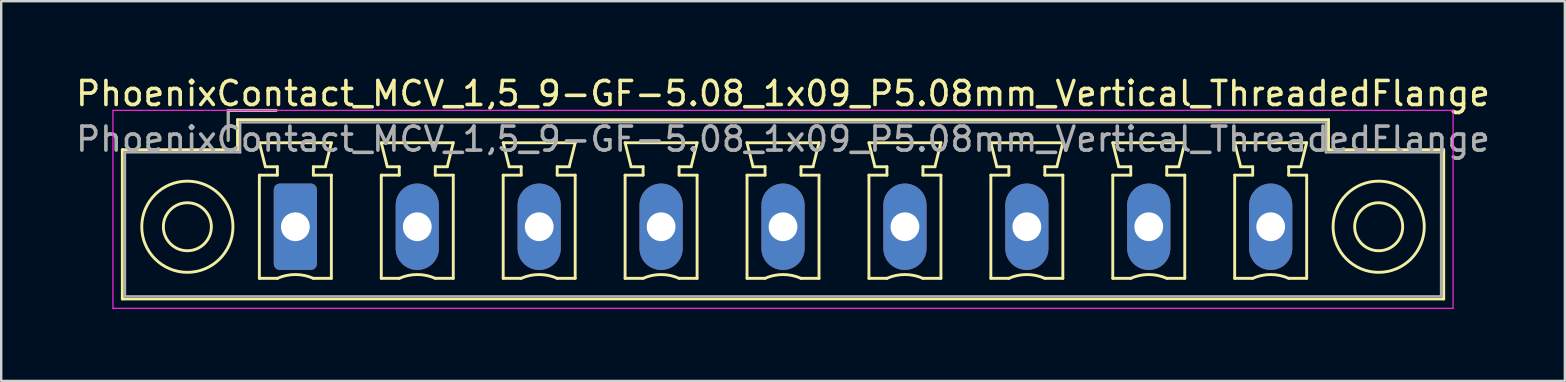
<source format=kicad_pcb>
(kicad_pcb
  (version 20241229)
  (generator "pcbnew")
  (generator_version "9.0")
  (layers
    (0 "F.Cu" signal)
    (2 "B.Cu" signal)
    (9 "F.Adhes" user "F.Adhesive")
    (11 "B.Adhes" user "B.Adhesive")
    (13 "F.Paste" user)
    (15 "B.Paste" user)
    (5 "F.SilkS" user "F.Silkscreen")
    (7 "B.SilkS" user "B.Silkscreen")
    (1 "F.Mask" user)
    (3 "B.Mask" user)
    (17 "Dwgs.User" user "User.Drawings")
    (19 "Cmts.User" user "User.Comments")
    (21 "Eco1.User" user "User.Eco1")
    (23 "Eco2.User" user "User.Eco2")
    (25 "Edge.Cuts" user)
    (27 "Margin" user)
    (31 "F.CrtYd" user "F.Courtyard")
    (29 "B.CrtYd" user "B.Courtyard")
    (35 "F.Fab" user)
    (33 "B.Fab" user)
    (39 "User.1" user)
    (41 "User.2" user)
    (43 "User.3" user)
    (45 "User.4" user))
  (footprint "PhoenixContact_MCV_1,5_9-GF-5.08_1x09_P5.08mm_Vertical_ThreadedFlange"
    (layer "F.Cu")
    (at 9.257 6.398)
    (property "Reference" "PhoenixContact_MCV_1,5_9-GF-5.08_1x09_P5.08mm_Vertical_ThreadedFlange" (at 20.32 -5.55 0) (layer "F.SilkS") (effects (font (size 1 1) (thickness 0.15))))
    (attr through_hole)
    (fp_line (start -7.21 -3.21) (end -7.21 3.01) (stroke (width 0.12) (type solid)) (layer "F.SilkS"))
    (fp_line (start -7.21 3.01) (end 47.85 3.01) (stroke (width 0.12) (type solid)) (layer "F.SilkS"))
    (fp_line (start -2.8 -4.85) (end -0.8 -4.85) (stroke (width 0.12) (type solid)) (layer "F.SilkS"))
    (fp_line (start -2.8 -3.6) (end -2.8 -4.85) (stroke (width 0.12) (type solid)) (layer "F.SilkS"))
    (fp_line (start -2.41 -4.46) (end -2.41 -3.21) (stroke (width 0.12) (type solid)) (layer "F.SilkS"))
    (fp_line (start -2.41 -3.21) (end -7.21 -3.21) (stroke (width 0.12) (type solid)) (layer "F.SilkS"))
    (fp_line (start -1.5 -3.5) (end 1.5 -3.5) (stroke (width 0.12) (type solid)) (layer "F.SilkS"))
    (fp_line (start -1.5 -2.15) (end -0.75 -2.15) (stroke (width 0.12) (type solid)) (layer "F.SilkS"))
    (fp_line (start -1.5 2.15) (end -1.5 -2.15) (stroke (width 0.12) (type solid)) (layer "F.SilkS"))
    (fp_line (start -1.25 -2.5) (end -1.5 -3.5) (stroke (width 0.12) (type solid)) (layer "F.SilkS"))
    (fp_line (start -0.75 -2.5) (end -1.25 -2.5) (stroke (width 0.12) (type solid)) (layer "F.SilkS"))
    (fp_line (start -0.75 -2.15) (end -0.75 -2.5) (stroke (width 0.12) (type solid)) (layer "F.SilkS"))
    (fp_line (start -0.75 2.15) (end -1.5 2.15) (stroke (width 0.12) (type solid)) (layer "F.SilkS"))
    (fp_line (start 0.75 -2.5) (end 0.75 -2.15) (stroke (width 0.12) (type solid)) (layer "F.SilkS"))
    (fp_line (start 0.75 -2.15) (end 1.5 -2.15) (stroke (width 0.12) (type solid)) (layer "F.SilkS"))
    (fp_line (start 1.25 -2.5) (end 0.75 -2.5) (stroke (width 0.12) (type solid)) (layer "F.SilkS"))
    (fp_line (start 1.5 -3.5) (end 1.25 -2.5) (stroke (width 0.12) (type solid)) (layer "F.SilkS"))
    (fp_line (start 1.5 -2.15) (end 1.5 2.15) (stroke (width 0.12) (type solid)) (layer "F.SilkS"))
    (fp_line (start 1.5 2.15) (end 0.75 2.15) (stroke (width 0.12) (type solid)) (layer "F.SilkS"))
    (fp_line (start 3.58 -3.5) (end 6.58 -3.5) (stroke (width 0.12) (type solid)) (layer "F.SilkS"))
    (fp_line (start 3.58 -2.15) (end 4.33 -2.15) (stroke (width 0.12) (type solid)) (layer "F.SilkS"))
    (fp_line (start 3.58 2.15) (end 3.58 -2.15) (stroke (width 0.12) (type solid)) (layer "F.SilkS"))
    (fp_line (start 3.83 -2.5) (end 3.58 -3.5) (stroke (width 0.12) (type solid)) (layer "F.SilkS"))
    (fp_line (start 4.33 -2.5) (end 3.83 -2.5) (stroke (width 0.12) (type solid)) (layer "F.SilkS"))
    (fp_line (start 4.33 -2.15) (end 4.33 -2.5) (stroke (width 0.12) (type solid)) (layer "F.SilkS"))
    (fp_line (start 4.33 2.15) (end 3.58 2.15) (stroke (width 0.12) (type solid)) (layer "F.SilkS"))
    (fp_line (start 5.83 -2.5) (end 5.83 -2.15) (stroke (width 0.12) (type solid)) (layer "F.SilkS"))
    (fp_line (start 5.83 -2.15) (end 6.58 -2.15) (stroke (width 0.12) (type solid)) (layer "F.SilkS"))
    (fp_line (start 6.33 -2.5) (end 5.83 -2.5) (stroke (width 0.12) (type solid)) (layer "F.SilkS"))
    (fp_line (start 6.58 -3.5) (end 6.33 -2.5) (stroke (width 0.12) (type solid)) (layer "F.SilkS"))
    (fp_line (start 6.58 -2.15) (end 6.58 2.15) (stroke (width 0.12) (type solid)) (layer "F.SilkS"))
    (fp_line (start 6.58 2.15) (end 5.83 2.15) (stroke (width 0.12) (type solid)) (layer "F.SilkS"))
    (fp_line (start 8.66 -3.5) (end 11.66 -3.5) (stroke (width 0.12) (type solid)) (layer "F.SilkS"))
    (fp_line (start 8.66 -2.15) (end 9.41 -2.15) (stroke (width 0.12) (type solid)) (layer "F.SilkS"))
    (fp_line (start 8.66 2.15) (end 8.66 -2.15) (stroke (width 0.12) (type solid)) (layer "F.SilkS"))
    (fp_line (start 8.91 -2.5) (end 8.66 -3.5) (stroke (width 0.12) (type solid)) (layer "F.SilkS"))
    (fp_line (start 9.41 -2.5) (end 8.91 -2.5) (stroke (width 0.12) (type solid)) (layer "F.SilkS"))
    (fp_line (start 9.41 -2.15) (end 9.41 -2.5) (stroke (width 0.12) (type solid)) (layer "F.SilkS"))
    (fp_line (start 9.41 2.15) (end 8.66 2.15) (stroke (width 0.12) (type solid)) (layer "F.SilkS"))
    (fp_line (start 10.91 -2.5) (end 10.91 -2.15) (stroke (width 0.12) (type solid)) (layer "F.SilkS"))
    (fp_line (start 10.91 -2.15) (end 11.66 -2.15) (stroke (width 0.12) (type solid)) (layer "F.SilkS"))
    (fp_line (start 11.41 -2.5) (end 10.91 -2.5) (stroke (width 0.12) (type solid)) (layer "F.SilkS"))
    (fp_line (start 11.66 -3.5) (end 11.41 -2.5) (stroke (width 0.12) (type solid)) (layer "F.SilkS"))
    (fp_line (start 11.66 -2.15) (end 11.66 2.15) (stroke (width 0.12) (type solid)) (layer "F.SilkS"))
    (fp_line (start 11.66 2.15) (end 10.91 2.15) (stroke (width 0.12) (type solid)) (layer "F.SilkS"))
    (fp_line (start 13.74 -3.5) (end 16.74 -3.5) (stroke (width 0.12) (type solid)) (layer "F.SilkS"))
    (fp_line (start 13.74 -2.15) (end 14.49 -2.15) (stroke (width 0.12) (type solid)) (layer "F.SilkS"))
    (fp_line (start 13.74 2.15) (end 13.74 -2.15) (stroke (width 0.12) (type solid)) (layer "F.SilkS"))
    (fp_line (start 13.99 -2.5) (end 13.74 -3.5) (stroke (width 0.12) (type solid)) (layer "F.SilkS"))
    (fp_line (start 14.49 -2.5) (end 13.99 -2.5) (stroke (width 0.12) (type solid)) (layer "F.SilkS"))
    (fp_line (start 14.49 -2.15) (end 14.49 -2.5) (stroke (width 0.12) (type solid)) (layer "F.SilkS"))
    (fp_line (start 14.49 2.15) (end 13.74 2.15) (stroke (width 0.12) (type solid)) (layer "F.SilkS"))
    (fp_line (start 15.99 -2.5) (end 15.99 -2.15) (stroke (width 0.12) (type solid)) (layer "F.SilkS"))
    (fp_line (start 15.99 -2.15) (end 16.74 -2.15) (stroke (width 0.12) (type solid)) (layer "F.SilkS"))
    (fp_line (start 16.49 -2.5) (end 15.99 -2.5) (stroke (width 0.12) (type solid)) (layer "F.SilkS"))
    (fp_line (start 16.74 -3.5) (end 16.49 -2.5) (stroke (width 0.12) (type solid)) (layer "F.SilkS"))
    (fp_line (start 16.74 -2.15) (end 16.74 2.15) (stroke (width 0.12) (type solid)) (layer "F.SilkS"))
    (fp_line (start 16.74 2.15) (end 15.99 2.15) (stroke (width 0.12) (type solid)) (layer "F.SilkS"))
    (fp_line (start 18.82 -3.5) (end 21.82 -3.5) (stroke (width 0.12) (type solid)) (layer "F.SilkS"))
    (fp_line (start 18.82 -2.15) (end 19.57 -2.15) (stroke (width 0.12) (type solid)) (layer "F.SilkS"))
    (fp_line (start 18.82 2.15) (end 18.82 -2.15) (stroke (width 0.12) (type solid)) (layer "F.SilkS"))
    (fp_line (start 19.07 -2.5) (end 18.82 -3.5) (stroke (width 0.12) (type solid)) (layer "F.SilkS"))
    (fp_line (start 19.57 -2.5) (end 19.07 -2.5) (stroke (width 0.12) (type solid)) (layer "F.SilkS"))
    (fp_line (start 19.57 -2.15) (end 19.57 -2.5) (stroke (width 0.12) (type solid)) (layer "F.SilkS"))
    (fp_line (start 19.57 2.15) (end 18.82 2.15) (stroke (width 0.12) (type solid)) (layer "F.SilkS"))
    (fp_line (start 21.07 -2.5) (end 21.07 -2.15) (stroke (width 0.12) (type solid)) (layer "F.SilkS"))
    (fp_line (start 21.07 -2.15) (end 21.82 -2.15) (stroke (width 0.12) (type solid)) (layer "F.SilkS"))
    (fp_line (start 21.57 -2.5) (end 21.07 -2.5) (stroke (width 0.12) (type solid)) (layer "F.SilkS"))
    (fp_line (start 21.82 -3.5) (end 21.57 -2.5) (stroke (width 0.12) (type solid)) (layer "F.SilkS"))
    (fp_line (start 21.82 -2.15) (end 21.82 2.15) (stroke (width 0.12) (type solid)) (layer "F.SilkS"))
    (fp_line (start 21.82 2.15) (end 21.07 2.15) (stroke (width 0.12) (type solid)) (layer "F.SilkS"))
    (fp_line (start 23.9 -3.5) (end 26.9 -3.5) (stroke (width 0.12) (type solid)) (layer "F.SilkS"))
    (fp_line (start 23.9 -2.15) (end 24.65 -2.15) (stroke (width 0.12) (type solid)) (layer "F.SilkS"))
    (fp_line (start 23.9 2.15) (end 23.9 -2.15) (stroke (width 0.12) (type solid)) (layer "F.SilkS"))
    (fp_line (start 24.15 -2.5) (end 23.9 -3.5) (stroke (width 0.12) (type solid)) (layer "F.SilkS"))
    (fp_line (start 24.65 -2.5) (end 24.15 -2.5) (stroke (width 0.12) (type solid)) (layer "F.SilkS"))
    (fp_line (start 24.65 -2.15) (end 24.65 -2.5) (stroke (width 0.12) (type solid)) (layer "F.SilkS"))
    (fp_line (start 24.65 2.15) (end 23.9 2.15) (stroke (width 0.12) (type solid)) (layer "F.SilkS"))
    (fp_line (start 26.15 -2.5) (end 26.15 -2.15) (stroke (width 0.12) (type solid)) (layer "F.SilkS"))
    (fp_line (start 26.15 -2.15) (end 26.9 -2.15) (stroke (width 0.12) (type solid)) (layer "F.SilkS"))
    (fp_line (start 26.65 -2.5) (end 26.15 -2.5) (stroke (width 0.12) (type solid)) (layer "F.SilkS"))
    (fp_line (start 26.9 -3.5) (end 26.65 -2.5) (stroke (width 0.12) (type solid)) (layer "F.SilkS"))
    (fp_line (start 26.9 -2.15) (end 26.9 2.15) (stroke (width 0.12) (type solid)) (layer "F.SilkS"))
    (fp_line (start 26.9 2.15) (end 26.15 2.15) (stroke (width 0.12) (type solid)) (layer "F.SilkS"))
    (fp_line (start 28.98 -3.5) (end 31.98 -3.5) (stroke (width 0.12) (type solid)) (layer "F.SilkS"))
    (fp_line (start 28.98 -2.15) (end 29.73 -2.15) (stroke (width 0.12) (type solid)) (layer "F.SilkS"))
    (fp_line (start 28.98 2.15) (end 28.98 -2.15) (stroke (width 0.12) (type solid)) (layer "F.SilkS"))
    (fp_line (start 29.23 -2.5) (end 28.98 -3.5) (stroke (width 0.12) (type solid)) (layer "F.SilkS"))
    (fp_line (start 29.73 -2.5) (end 29.23 -2.5) (stroke (width 0.12) (type solid)) (layer "F.SilkS"))
    (fp_line (start 29.73 -2.15) (end 29.73 -2.5) (stroke (width 0.12) (type solid)) (layer "F.SilkS"))
    (fp_line (start 29.73 2.15) (end 28.98 2.15) (stroke (width 0.12) (type solid)) (layer "F.SilkS"))
    (fp_line (start 31.23 -2.5) (end 31.23 -2.15) (stroke (width 0.12) (type solid)) (layer "F.SilkS"))
    (fp_line (start 31.23 -2.15) (end 31.98 -2.15) (stroke (width 0.12) (type solid)) (layer "F.SilkS"))
    (fp_line (start 31.73 -2.5) (end 31.23 -2.5) (stroke (width 0.12) (type solid)) (layer "F.SilkS"))
    (fp_line (start 31.98 -3.5) (end 31.73 -2.5) (stroke (width 0.12) (type solid)) (layer "F.SilkS"))
    (fp_line (start 31.98 -2.15) (end 31.98 2.15) (stroke (width 0.12) (type solid)) (layer "F.SilkS"))
    (fp_line (start 31.98 2.15) (end 31.23 2.15) (stroke (width 0.12) (type solid)) (layer "F.SilkS"))
    (fp_line (start 34.06 -3.5) (end 37.06 -3.5) (stroke (width 0.12) (type solid)) (layer "F.SilkS"))
    (fp_line (start 34.06 -2.15) (end 34.81 -2.15) (stroke (width 0.12) (type solid)) (layer "F.SilkS"))
    (fp_line (start 34.06 2.15) (end 34.06 -2.15) (stroke (width 0.12) (type solid)) (layer "F.SilkS"))
    (fp_line (start 34.31 -2.5) (end 34.06 -3.5) (stroke (width 0.12) (type solid)) (layer "F.SilkS"))
    (fp_line (start 34.81 -2.5) (end 34.31 -2.5) (stroke (width 0.12) (type solid)) (layer "F.SilkS"))
    (fp_line (start 34.81 -2.15) (end 34.81 -2.5) (stroke (width 0.12) (type solid)) (layer "F.SilkS"))
    (fp_line (start 34.81 2.15) (end 34.06 2.15) (stroke (width 0.12) (type solid)) (layer "F.SilkS"))
    (fp_line (start 36.31 -2.5) (end 36.31 -2.15) (stroke (width 0.12) (type solid)) (layer "F.SilkS"))
    (fp_line (start 36.31 -2.15) (end 37.06 -2.15) (stroke (width 0.12) (type solid)) (layer "F.SilkS"))
    (fp_line (start 36.81 -2.5) (end 36.31 -2.5) (stroke (width 0.12) (type solid)) (layer "F.SilkS"))
    (fp_line (start 37.06 -3.5) (end 36.81 -2.5) (stroke (width 0.12) (type solid)) (layer "F.SilkS"))
    (fp_line (start 37.06 -2.15) (end 37.06 2.15) (stroke (width 0.12) (type solid)) (layer "F.SilkS"))
    (fp_line (start 37.06 2.15) (end 36.31 2.15) (stroke (width 0.12) (type solid)) (layer "F.SilkS"))
    (fp_line (start 39.14 -3.5) (end 42.14 -3.5) (stroke (width 0.12) (type solid)) (layer "F.SilkS"))
    (fp_line (start 39.14 -2.15) (end 39.89 -2.15) (stroke (width 0.12) (type solid)) (layer "F.SilkS"))
    (fp_line (start 39.14 2.15) (end 39.14 -2.15) (stroke (width 0.12) (type solid)) (layer "F.SilkS"))
    (fp_line (start 39.39 -2.5) (end 39.14 -3.5) (stroke (width 0.12) (type solid)) (layer "F.SilkS"))
    (fp_line (start 39.89 -2.5) (end 39.39 -2.5) (stroke (width 0.12) (type solid)) (layer "F.SilkS"))
    (fp_line (start 39.89 -2.15) (end 39.89 -2.5) (stroke (width 0.12) (type solid)) (layer "F.SilkS"))
    (fp_line (start 39.89 2.15) (end 39.14 2.15) (stroke (width 0.12) (type solid)) (layer "F.SilkS"))
    (fp_line (start 41.39 -2.5) (end 41.39 -2.15) (stroke (width 0.12) (type solid)) (layer "F.SilkS"))
    (fp_line (start 41.39 -2.15) (end 42.14 -2.15) (stroke (width 0.12) (type solid)) (layer "F.SilkS"))
    (fp_line (start 41.89 -2.5) (end 41.39 -2.5) (stroke (width 0.12) (type solid)) (layer "F.SilkS"))
    (fp_line (start 42.14 -3.5) (end 41.89 -2.5) (stroke (width 0.12) (type solid)) (layer "F.SilkS"))
    (fp_line (start 42.14 -2.15) (end 42.14 2.15) (stroke (width 0.12) (type solid)) (layer "F.SilkS"))
    (fp_line (start 42.14 2.15) (end 41.39 2.15) (stroke (width 0.12) (type solid)) (layer "F.SilkS"))
    (fp_line (start 43.05 -4.46) (end -2.41 -4.46) (stroke (width 0.12) (type solid)) (layer "F.SilkS"))
    (fp_line (start 43.05 -3.21) (end 43.05 -4.46) (stroke (width 0.12) (type solid)) (layer "F.SilkS"))
    (fp_line (start 47.85 -3.21) (end 43.05 -3.21) (stroke (width 0.12) (type solid)) (layer "F.SilkS"))
    (fp_line (start 47.85 3.01) (end 47.85 -3.21) (stroke (width 0.12) (type solid)) (layer "F.SilkS"))
    (fp_arc (start -0.75 2.15) (mid -0.000193 1.99191) (end 0.749647 2.149844) (stroke (width 0.12) (type solid)) (layer "F.SilkS"))
    (fp_arc (start 4.33 2.15) (mid 5.079807 1.99191) (end 5.829647 2.149844) (stroke (width 0.12) (type solid)) (layer "F.SilkS"))
    (fp_arc (start 9.41 2.15) (mid 10.159807 1.99191) (end 10.909647 2.149844) (stroke (width 0.12) (type solid)) (layer "F.SilkS"))
    (fp_arc (start 14.49 2.15) (mid 15.239807 1.99191) (end 15.989647 2.149844) (stroke (width 0.12) (type solid)) (layer "F.SilkS"))
    (fp_arc (start 19.57 2.15) (mid 20.319807 1.99191) (end 21.069647 2.149844) (stroke (width 0.12) (type solid)) (layer "F.SilkS"))
    (fp_arc (start 24.65 2.15) (mid 25.399807 1.99191) (end 26.149647 2.149844) (stroke (width 0.12) (type solid)) (layer "F.SilkS"))
    (fp_arc (start 29.73 2.15) (mid 30.479807 1.99191) (end 31.229647 2.149844) (stroke (width 0.12) (type solid)) (layer "F.SilkS"))
    (fp_arc (start 34.81 2.15) (mid 35.559807 1.99191) (end 36.309647 2.149844) (stroke (width 0.12) (type solid)) (layer "F.SilkS"))
    (fp_arc (start 39.89 2.15) (mid 40.639807 1.99191) (end 41.389647 2.149844) (stroke (width 0.12) (type solid)) (layer "F.SilkS"))
    (fp_circle (center -4.5 0) (end -3.5 0) (stroke (width 0.12) (type solid)) (fill no) (layer "F.SilkS"))
    (fp_circle (center -4.5 0) (end -2.6 0) (stroke (width 0.12) (type solid)) (fill no) (layer "F.SilkS"))
    (fp_circle (center 45.14 0) (end 46.14 0) (stroke (width 0.12) (type solid)) (fill no) (layer "F.SilkS"))
    (fp_circle (center 45.14 0) (end 47.04 0) (stroke (width 0.12) (type solid)) (fill no) (layer "F.SilkS"))
    (fp_line (start -7.6 -4.85) (end -7.6 3.4) (stroke (width 0.05) (type solid)) (layer "F.CrtYd"))
    (fp_line (start -7.6 3.4) (end 48.24 3.4) (stroke (width 0.05) (type solid)) (layer "F.CrtYd"))
    (fp_line (start 48.24 -4.85) (end -7.6 -4.85) (stroke (width 0.05) (type solid)) (layer "F.CrtYd"))
    (fp_line (start 48.24 3.4) (end 48.24 -4.85) (stroke (width 0.05) (type solid)) (layer "F.CrtYd"))
    (fp_line (start -7.1 -3.1) (end -7.1 2.9) (stroke (width 0.1) (type solid)) (layer "F.Fab"))
    (fp_line (start -7.1 2.9) (end 47.74 2.9) (stroke (width 0.1) (type solid)) (layer "F.Fab"))
    (fp_line (start -2.8 -4.85) (end -0.8 -4.85) (stroke (width 0.1) (type solid)) (layer "F.Fab"))
    (fp_line (start -2.8 -3.6) (end -2.8 -4.85) (stroke (width 0.1) (type solid)) (layer "F.Fab"))
    (fp_line (start -2.3 -4.35) (end -2.3 -3.1) (stroke (width 0.1) (type solid)) (layer "F.Fab"))
    (fp_line (start -2.3 -3.1) (end -7.1 -3.1) (stroke (width 0.1) (type solid)) (layer "F.Fab"))
    (fp_line (start 42.94 -4.35) (end -2.3 -4.35) (stroke (width 0.1) (type solid)) (layer "F.Fab"))
    (fp_line (start 42.94 -3.1) (end 42.94 -4.35) (stroke (width 0.1) (type solid)) (layer "F.Fab"))
    (fp_line (start 47.74 -3.1) (end 42.94 -3.1) (stroke (width 0.1) (type solid)) (layer "F.Fab"))
    (fp_line (start 47.74 2.9) (end 47.74 -3.1) (stroke (width 0.1) (type solid)) (layer "F.Fab"))
    (fp_text user "${REFERENCE}" (at 20.32 -3.65 0) (layer "F.Fab") (effects (font (size 1 1) (thickness 0.15))))
    (pad "1" thru_hole roundrect (at 0 0) (size 1.8 3.6) (drill 1.2) (layers "*.Cu" "*.Mask") (roundrect_rratio 0.139))
    (pad "2" thru_hole oval (at 5.08 0) (size 1.8 3.6) (drill 1.2) (layers "*.Cu" "*.Mask"))
    (pad "3" thru_hole oval (at 10.16 0) (size 1.8 3.6) (drill 1.2) (layers "*.Cu" "*.Mask"))
    (pad "4" thru_hole oval (at 15.24 0) (size 1.8 3.6) (drill 1.2) (layers "*.Cu" "*.Mask"))
    (pad "5" thru_hole oval (at 20.32 0) (size 1.8 3.6) (drill 1.2) (layers "*.Cu" "*.Mask"))
    (pad "6" thru_hole oval (at 25.4 0) (size 1.8 3.6) (drill 1.2) (layers "*.Cu" "*.Mask"))
    (pad "7" thru_hole oval (at 30.48 0) (size 1.8 3.6) (drill 1.2) (layers "*.Cu" "*.Mask"))
    (pad "8" thru_hole oval (at 35.56 0) (size 1.8 3.6) (drill 1.2) (layers "*.Cu" "*.Mask"))
    (pad "9" thru_hole oval (at 40.64 0) (size 1.8 3.6) (drill 1.2) (layers "*.Cu" "*.Mask")))
  (gr_rect
    (start -3 -3)
    (end 62.155 12.823)
    (stroke (width 0.1) (type default))
    (fill no)
    (layer "Edge.Cuts")))
</source>
